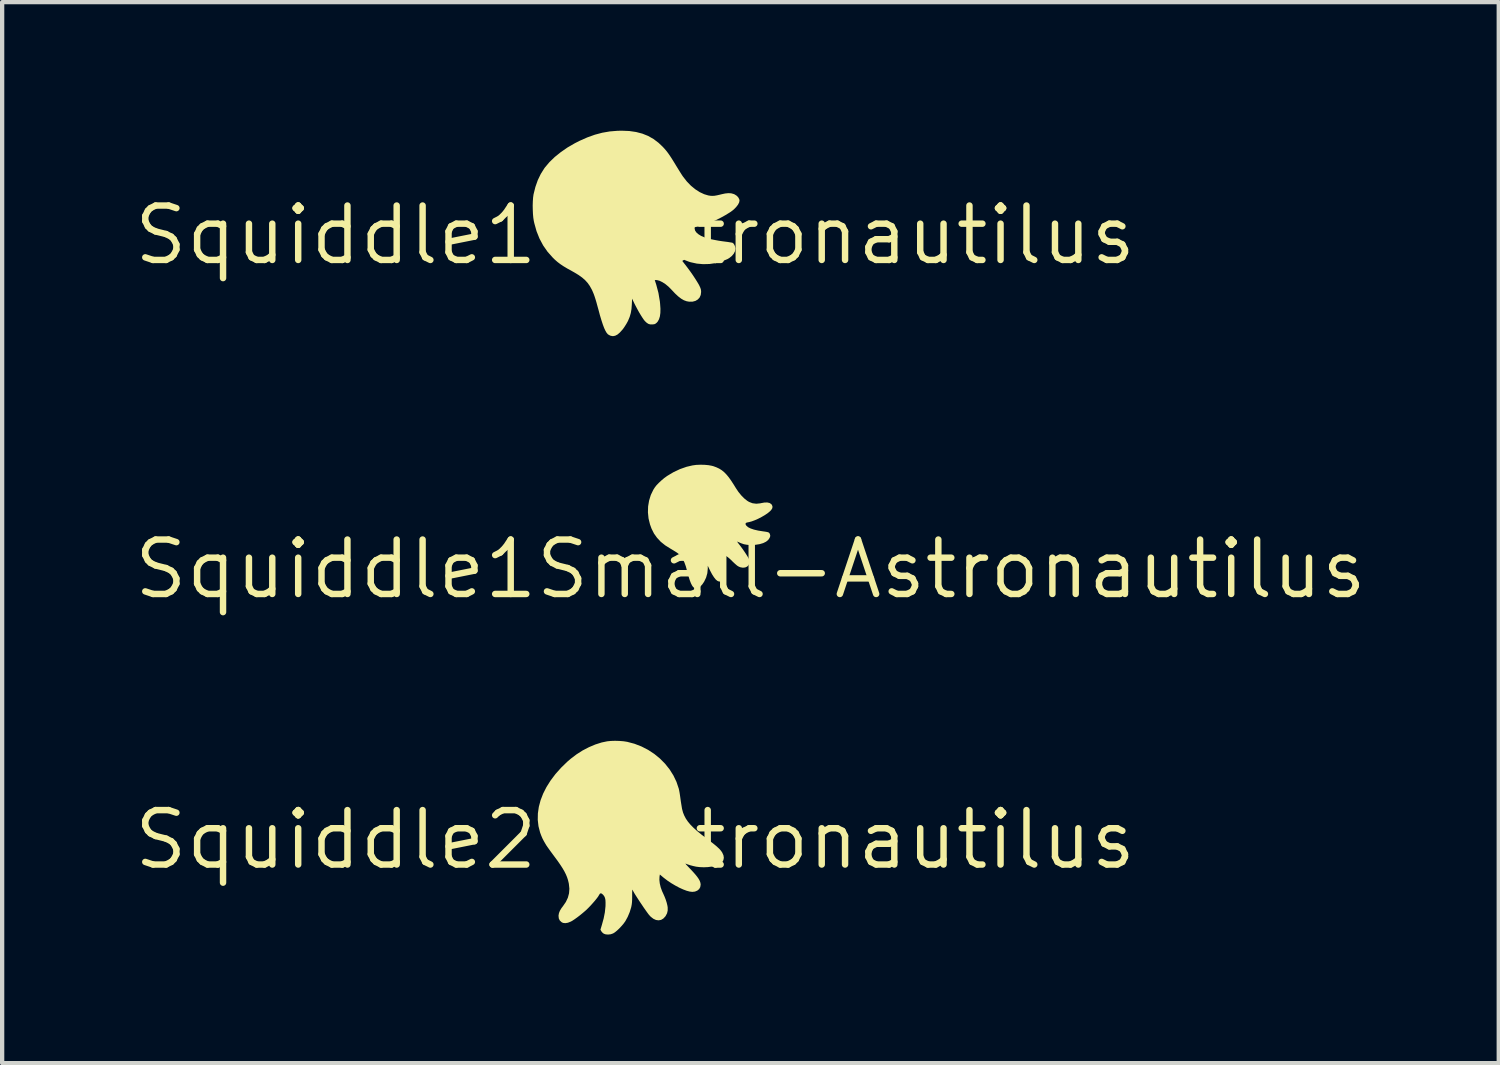
<source format=kicad_pcb>
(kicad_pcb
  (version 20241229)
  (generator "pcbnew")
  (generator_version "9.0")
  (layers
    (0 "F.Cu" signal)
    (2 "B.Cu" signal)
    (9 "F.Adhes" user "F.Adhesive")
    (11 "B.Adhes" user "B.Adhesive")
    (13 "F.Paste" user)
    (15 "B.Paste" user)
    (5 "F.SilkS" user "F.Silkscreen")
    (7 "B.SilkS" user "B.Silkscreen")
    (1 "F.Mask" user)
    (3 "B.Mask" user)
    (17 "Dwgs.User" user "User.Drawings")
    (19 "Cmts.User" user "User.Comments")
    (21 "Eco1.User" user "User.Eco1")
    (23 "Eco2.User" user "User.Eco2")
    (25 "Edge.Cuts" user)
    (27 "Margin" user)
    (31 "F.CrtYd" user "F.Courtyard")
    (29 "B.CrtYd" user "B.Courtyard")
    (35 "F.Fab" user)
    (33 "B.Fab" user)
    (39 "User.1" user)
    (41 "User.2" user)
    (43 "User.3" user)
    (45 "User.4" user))
  (footprint "Squiddle1-Astronautilus"
    (layer "F.Cu")
    (at 11.77 2.436)
    (property "Reference" "Squiddle1-Astronautilus" (at 0 0 0) (layer "F.SilkS") (effects (font (size 1.27 1.27) (thickness 0.15))))
    (attr board_only exclude_from_pos_files exclude_from_bom)
    (fp_poly (pts (xy -0.136 -2.429) (xy 0.022 -2.406) (xy 0.168 -2.368) (xy 0.303 -2.314) (xy 0.428 -2.243) (xy 0.546 -2.154) (xy 0.643 -2.062) (xy 0.683 -2.019) (xy 0.721 -1.975) (xy 0.757 -1.929) (xy 0.795 -1.876) (xy 0.836 -1.815) (xy 0.883 -1.741) (xy 0.937 -1.653) (xy 0.953 -1.626) (xy 0.992 -1.563) (xy 1.03 -1.501) (xy 1.066 -1.444) (xy 1.096 -1.397) (xy 1.119 -1.363) (xy 1.121 -1.361) (xy 1.207 -1.251) (xy 1.302 -1.153) (xy 1.403 -1.07) (xy 1.507 -1.003) (xy 1.612 -0.954) (xy 1.706 -0.926) (xy 1.755 -0.918) (xy 1.802 -0.915) (xy 1.852 -0.918) (xy 1.91 -0.928) (xy 1.98 -0.944) (xy 2.007 -0.951) (xy 2.099 -0.971) (xy 2.176 -0.979) (xy 2.243 -0.975) (xy 2.303 -0.958) (xy 2.323 -0.949) (xy 2.37 -0.919) (xy 2.407 -0.88) (xy 2.43 -0.837) (xy 2.436 -0.804) (xy 2.426 -0.759) (xy 2.399 -0.708) (xy 2.357 -0.654) (xy 2.303 -0.599) (xy 2.238 -0.548) (xy 2.203 -0.525) (xy 2.105 -0.465) (xy 2.002 -0.408) (xy 1.895 -0.354) (xy 1.79 -0.306) (xy 1.689 -0.264) (xy 1.596 -0.231) (xy 1.513 -0.207) (xy 1.446 -0.195) (xy 1.413 -0.19) (xy 1.395 -0.184) (xy 1.389 -0.173) (xy 1.388 -0.157) (xy 1.398 -0.109) (xy 1.428 -0.063) (xy 1.477 -0.02) (xy 1.542 0.02) (xy 1.624 0.055) (xy 1.658 0.067) (xy 1.711 0.082) (xy 1.781 0.098) (xy 1.861 0.114) (xy 1.946 0.13) (xy 2.032 0.143) (xy 2.108 0.153) (xy 2.163 0.16) (xy 2.211 0.168) (xy 2.249 0.174) (xy 2.272 0.179) (xy 2.274 0.18) (xy 2.298 0.199) (xy 2.319 0.233) (xy 2.334 0.273) (xy 2.341 0.315) (xy 2.341 0.318) (xy 2.331 0.376) (xy 2.302 0.433) (xy 2.257 0.487) (xy 2.197 0.535) (xy 2.154 0.56) (xy 2.023 0.614) (xy 1.882 0.653) (xy 1.736 0.674) (xy 1.587 0.678) (xy 1.441 0.665) (xy 1.299 0.634) (xy 1.257 0.621) (xy 1.207 0.602) (xy 1.154 0.581) (xy 1.11 0.56) (xy 1.11 0.56) (xy 1.086 0.548) (xy 1.069 0.54) (xy 1.059 0.537) (xy 1.058 0.542) (xy 1.066 0.557) (xy 1.084 0.582) (xy 1.113 0.619) (xy 1.154 0.672) (xy 1.176 0.699) (xy 1.233 0.775) (xy 1.292 0.855) (xy 1.349 0.937) (xy 1.401 1.016) (xy 1.447 1.089) (xy 1.484 1.151) (xy 1.501 1.184) (xy 1.522 1.23) (xy 1.534 1.267) (xy 1.539 1.303) (xy 1.54 1.327) (xy 1.531 1.397) (xy 1.505 1.456) (xy 1.463 1.502) (xy 1.408 1.535) (xy 1.34 1.553) (xy 1.263 1.554) (xy 1.201 1.543) (xy 1.138 1.52) (xy 1.074 1.483) (xy 1.005 1.43) (xy 0.932 1.362) (xy 0.85 1.275) (xy 0.849 1.274) (xy 0.78 1.204) (xy 0.709 1.145) (xy 0.638 1.099) (xy 0.571 1.066) (xy 0.511 1.05) (xy 0.488 1.049) (xy 0.458 1.049) (xy 0.493 1.157) (xy 0.544 1.349) (xy 0.578 1.551) (xy 0.583 1.605) (xy 0.591 1.719) (xy 0.589 1.816) (xy 0.578 1.897) (xy 0.557 1.964) (xy 0.527 2.018) (xy 0.503 2.045) (xy 0.477 2.066) (xy 0.452 2.078) (xy 0.417 2.083) (xy 0.404 2.084) (xy 0.354 2.084) (xy 0.313 2.073) (xy 0.273 2.048) (xy 0.232 2.01) (xy 0.205 1.978) (xy 0.172 1.93) (xy 0.134 1.87) (xy 0.093 1.802) (xy 0.052 1.728) (xy 0.012 1.653) (xy -0.016 1.598) (xy -0.071 1.483) (xy -0.077 1.618) (xy -0.085 1.725) (xy -0.101 1.819) (xy -0.127 1.908) (xy -0.164 1.997) (xy -0.175 2.019) (xy -0.204 2.071) (xy -0.241 2.13) (xy -0.279 2.185) (xy -0.294 2.204) (xy -0.355 2.272) (xy -0.411 2.32) (xy -0.465 2.348) (xy -0.518 2.358) (xy -0.57 2.349) (xy -0.575 2.347) (xy -0.607 2.332) (xy -0.634 2.315) (xy -0.637 2.313) (xy -0.665 2.28) (xy -0.693 2.232) (xy -0.723 2.168) (xy -0.754 2.085) (xy -0.787 1.984) (xy -0.823 1.864) (xy -0.851 1.758) (xy -0.88 1.653) (xy -0.904 1.565) (xy -0.926 1.492) (xy -0.946 1.43) (xy -0.965 1.377) (xy -0.985 1.329) (xy -1.005 1.283) (xy -1.014 1.266) (xy -1.058 1.187) (xy -1.108 1.116) (xy -1.167 1.051) (xy -1.237 0.99) (xy -1.321 0.93) (xy -1.422 0.869) (xy -1.479 0.837) (xy -1.582 0.78) (xy -1.669 0.728) (xy -1.744 0.678) (xy -1.81 0.628) (xy -1.871 0.575) (xy -1.922 0.525) (xy -2.043 0.389) (xy -2.146 0.241) (xy -2.232 0.08) (xy -2.301 -0.093) (xy -2.353 -0.28) (xy -2.364 -0.33) (xy -2.376 -0.405) (xy -2.384 -0.494) (xy -2.388 -0.591) (xy -2.39 -0.69) (xy -2.387 -0.786) (xy -2.381 -0.874) (xy -2.371 -0.947) (xy -2.369 -0.956) (xy -2.327 -1.124) (xy -2.271 -1.283) (xy -2.201 -1.428) (xy -2.119 -1.558) (xy -2.104 -1.579) (xy -1.999 -1.703) (xy -1.875 -1.823) (xy -1.733 -1.937) (xy -1.577 -2.045) (xy -1.406 -2.144) (xy -1.298 -2.199) (xy -1.115 -2.28) (xy -0.939 -2.343) (xy -0.766 -2.389) (xy -0.592 -2.419) (xy -0.413 -2.434) (xy -0.309 -2.436)) (stroke (width 0) (type solid)) (fill yes) (layer "F.SilkS")))
  (footprint "Squiddle1Small-Astronautilus"
    (layer "F.Cu")
    (at 14.461 10.23)
    (property "Reference" "Squiddle1Small-Astronautilus" (at 0 0 0) (layer "F.SilkS") (effects (font (size 1.27 1.27) (thickness 0.15))))
    (attr board_only exclude_from_pos_files exclude_from_bom)
    (fp_poly (pts (xy -1.073 -2.434) (xy -0.981 -2.426) (xy -0.9 -2.411) (xy -0.863 -2.401) (xy -0.793 -2.375) (xy -0.729 -2.345) (xy -0.671 -2.309) (xy -0.616 -2.265) (xy -0.562 -2.21) (xy -0.507 -2.144) (xy -0.45 -2.064) (xy -0.387 -1.967) (xy -0.339 -1.889) (xy -0.28 -1.801) (xy -0.214 -1.72) (xy -0.145 -1.65) (xy -0.076 -1.595) (xy -0.032 -1.568) (xy 0.049 -1.537) (xy 0.137 -1.526) (xy 0.227 -1.535) (xy 0.25 -1.54) (xy 0.327 -1.554) (xy 0.393 -1.555) (xy 0.447 -1.543) (xy 0.486 -1.517) (xy 0.503 -1.494) (xy 0.515 -1.457) (xy 0.51 -1.422) (xy 0.487 -1.384) (xy 0.457 -1.351) (xy 0.407 -1.309) (xy 0.341 -1.264) (xy 0.266 -1.22) (xy 0.186 -1.178) (xy 0.105 -1.142) (xy 0.03 -1.114) (xy -0.037 -1.096) (xy -0.058 -1.093) (xy -0.096 -1.083) (xy -0.114 -1.066) (xy -0.113 -1.042) (xy -0.095 -1.013) (xy -0.056 -0.979) (xy 0.003 -0.949) (xy 0.082 -0.922) (xy 0.182 -0.899) (xy 0.303 -0.88) (xy 0.312 -0.879) (xy 0.366 -0.871) (xy 0.403 -0.863) (xy 0.427 -0.854) (xy 0.442 -0.84) (xy 0.452 -0.821) (xy 0.455 -0.811) (xy 0.462 -0.784) (xy 0.459 -0.759) (xy 0.446 -0.727) (xy 0.414 -0.68) (xy 0.364 -0.64) (xy 0.297 -0.607) (xy 0.215 -0.583) (xy 0.12 -0.568) (xy 0.064 -0.564) (xy -0.018 -0.563) (xy -0.087 -0.569) (xy -0.152 -0.581) (xy -0.219 -0.604) (xy -0.295 -0.637) (xy -0.311 -0.644) (xy -0.309 -0.639) (xy -0.296 -0.62) (xy -0.274 -0.59) (xy -0.254 -0.565) (xy -0.217 -0.516) (xy -0.176 -0.46) (xy -0.137 -0.403) (xy -0.1 -0.347) (xy -0.069 -0.297) (xy -0.046 -0.258) (xy -0.036 -0.238) (xy -0.022 -0.182) (xy -0.026 -0.132) (xy -0.045 -0.091) (xy -0.078 -0.059) (xy -0.122 -0.039) (xy -0.175 -0.033) (xy -0.233 -0.043) (xy -0.27 -0.057) (xy -0.31 -0.081) (xy -0.359 -0.123) (xy -0.419 -0.179) (xy -0.423 -0.184) (xy -0.481 -0.24) (xy -0.53 -0.281) (xy -0.573 -0.309) (xy -0.614 -0.327) (xy -0.643 -0.335) (xy -0.676 -0.341) (xy -0.651 -0.26) (xy -0.629 -0.182) (xy -0.612 -0.101) (xy -0.601 -0.02) (xy -0.595 0.056) (xy -0.595 0.123) (xy -0.601 0.176) (xy -0.605 0.192) (xy -0.626 0.233) (xy -0.656 0.267) (xy -0.689 0.287) (xy -0.697 0.289) (xy -0.735 0.289) (xy -0.773 0.273) (xy -0.812 0.24) (xy -0.852 0.189) (xy -0.896 0.12) (xy -0.943 0.031) (xy -0.958 0.000299) (xy -0.996 -0.079) (xy -0.996 -0.01) (xy -1.006 0.095) (xy -1.035 0.198) (xy -1.081 0.294) (xy -1.124 0.357) (xy -1.171 0.408) (xy -1.215 0.439) (xy -1.256 0.451) (xy -1.297 0.445) (xy -1.309 0.439) (xy -1.337 0.418) (xy -1.363 0.381) (xy -1.39 0.327) (xy -1.417 0.256) (xy -1.445 0.166) (xy -1.475 0.056) (xy -1.478 0.044) (xy -1.508 -0.065) (xy -1.541 -0.156) (xy -1.577 -0.231) (xy -1.618 -0.293) (xy -1.665 -0.345) (xy -1.676 -0.355) (xy -1.703 -0.376) (xy -1.743 -0.403) (xy -1.793 -0.434) (xy -1.846 -0.466) (xy -1.865 -0.477) (xy -1.988 -0.554) (xy -2.093 -0.638) (xy -2.179 -0.73) (xy -2.251 -0.831) (xy -2.308 -0.945) (xy -2.344 -1.044) (xy -2.378 -1.183) (xy -2.392 -1.324) (xy -2.388 -1.464) (xy -2.365 -1.6) (xy -2.325 -1.73) (xy -2.266 -1.852) (xy -2.231 -1.907) (xy -2.193 -1.956) (xy -2.14 -2.011) (xy -2.079 -2.068) (xy -2.014 -2.123) (xy -1.949 -2.17) (xy -1.946 -2.173) (xy -1.798 -2.261) (xy -1.644 -2.334) (xy -1.49 -2.388) (xy -1.353 -2.42) (xy -1.265 -2.432) (xy -1.169 -2.436)) (stroke (width 0) (type solid)) (fill yes) (layer "F.SilkS")))
  (footprint "Squiddle2-Astronautilus"
    (layer "F.Cu")
    (at 11.77 16.543)
    (property "Reference" "Squiddle2-Astronautilus" (at 0 0 0) (layer "F.SilkS") (effects (font (size 1.27 1.27) (thickness 0.15))))
    (attr board_only exclude_from_pos_files exclude_from_bom)
    (fp_poly (pts (xy -0.366 -2.304) (xy -0.268 -2.296) (xy -0.185 -2.283) (xy -0.015 -2.238) (xy 0.148 -2.175) (xy 0.302 -2.096) (xy 0.447 -2.001) (xy 0.579 -1.893) (xy 0.699 -1.772) (xy 0.804 -1.64) (xy 0.893 -1.499) (xy 0.965 -1.349) (xy 1.018 -1.191) (xy 1.021 -1.179) (xy 1.028 -1.147) (xy 1.037 -1.099) (xy 1.046 -1.041) (xy 1.055 -0.978) (xy 1.059 -0.948) (xy 1.068 -0.884) (xy 1.078 -0.822) (xy 1.087 -0.767) (xy 1.094 -0.724) (xy 1.097 -0.711) (xy 1.118 -0.633) (xy 1.147 -0.561) (xy 1.184 -0.491) (xy 1.231 -0.422) (xy 1.289 -0.352) (xy 1.361 -0.279) (xy 1.446 -0.202) (xy 1.548 -0.119) (xy 1.663 -0.031) (xy 1.751 0.036) (xy 1.824 0.092) (xy 1.883 0.14) (xy 1.93 0.182) (xy 1.968 0.218) (xy 1.997 0.251) (xy 2.021 0.283) (xy 2.033 0.302) (xy 2.061 0.364) (xy 2.07 0.423) (xy 2.06 0.477) (xy 2.04 0.514) (xy 2 0.551) (xy 1.943 0.582) (xy 1.871 0.608) (xy 1.788 0.628) (xy 1.698 0.64) (xy 1.603 0.644) (xy 1.507 0.64) (xy 1.424 0.63) (xy 1.356 0.615) (xy 1.284 0.596) (xy 1.217 0.574) (xy 1.175 0.557) (xy 1.176 0.562) (xy 1.189 0.579) (xy 1.214 0.606) (xy 1.247 0.641) (xy 1.264 0.659) (xy 1.339 0.738) (xy 1.4 0.806) (xy 1.447 0.864) (xy 1.482 0.914) (xy 1.506 0.957) (xy 1.521 0.997) (xy 1.528 1.035) (xy 1.529 1.049) (xy 1.52 1.106) (xy 1.494 1.153) (xy 1.452 1.188) (xy 1.397 1.211) (xy 1.334 1.218) (xy 1.274 1.211) (xy 1.202 1.192) (xy 1.12 1.161) (xy 1.032 1.121) (xy 0.94 1.072) (xy 0.847 1.017) (xy 0.757 0.957) (xy 0.673 0.893) (xy 0.652 0.876) (xy 0.577 0.813) (xy 0.569 0.865) (xy 0.566 0.937) (xy 0.575 1.02) (xy 0.596 1.109) (xy 0.628 1.199) (xy 0.654 1.255) (xy 0.685 1.324) (xy 0.714 1.398) (xy 0.737 1.471) (xy 0.753 1.537) (xy 0.76 1.58) (xy 0.76 1.654) (xy 0.745 1.718) (xy 0.714 1.777) (xy 0.705 1.791) (xy 0.658 1.841) (xy 0.605 1.872) (xy 0.547 1.882) (xy 0.487 1.874) (xy 0.426 1.846) (xy 0.364 1.798) (xy 0.334 1.766) (xy 0.312 1.74) (xy 0.282 1.699) (xy 0.244 1.646) (xy 0.202 1.586) (xy 0.158 1.52) (xy 0.113 1.454) (xy 0.07 1.388) (xy 0.031 1.328) (xy -0.002 1.276) (xy -0.026 1.236) (xy -0.027 1.233) (xy -0.046 1.2) (xy -0.06 1.176) (xy -0.067 1.165) (xy -0.067 1.165) (xy -0.068 1.175) (xy -0.068 1.203) (xy -0.069 1.244) (xy -0.069 1.296) (xy -0.069 1.327) (xy -0.07 1.4) (xy -0.073 1.458) (xy -0.078 1.506) (xy -0.086 1.55) (xy -0.092 1.578) (xy -0.127 1.692) (xy -0.173 1.801) (xy -0.227 1.9) (xy -0.238 1.916) (xy -0.275 1.967) (xy -0.322 2.021) (xy -0.372 2.074) (xy -0.423 2.122) (xy -0.471 2.161) (xy -0.511 2.186) (xy -0.512 2.187) (xy -0.569 2.207) (xy -0.631 2.214) (xy -0.689 2.209) (xy -0.731 2.194) (xy -0.761 2.171) (xy -0.786 2.141) (xy -0.789 2.137) (xy -0.809 2.1) (xy -0.776 1.99) (xy -0.734 1.837) (xy -0.706 1.695) (xy -0.692 1.56) (xy -0.691 1.544) (xy -0.69 1.467) (xy -0.693 1.406) (xy -0.703 1.359) (xy -0.72 1.321) (xy -0.745 1.288) (xy -0.747 1.286) (xy -0.778 1.259) (xy -0.803 1.251) (xy -0.824 1.263) (xy -0.844 1.296) (xy -0.845 1.297) (xy -0.864 1.329) (xy -0.897 1.373) (xy -0.938 1.424) (xy -0.987 1.48) (xy -1.038 1.537) (xy -1.091 1.592) (xy -1.141 1.641) (xy -1.151 1.65) (xy -1.216 1.706) (xy -1.284 1.762) (xy -1.352 1.814) (xy -1.415 1.859) (xy -1.47 1.895) (xy -1.502 1.912) (xy -1.568 1.938) (xy -1.629 1.948) (xy -1.682 1.942) (xy -1.715 1.926) (xy -1.758 1.886) (xy -1.781 1.838) (xy -1.787 1.779) (xy -1.787 1.768) (xy -1.777 1.713) (xy -1.755 1.658) (xy -1.719 1.598) (xy -1.684 1.552) (xy -1.616 1.453) (xy -1.569 1.353) (xy -1.542 1.251) (xy -1.534 1.144) (xy -1.546 1.031) (xy -1.551 1.006) (xy -1.567 0.94) (xy -1.588 0.876) (xy -1.615 0.811) (xy -1.649 0.743) (xy -1.691 0.67) (xy -1.744 0.588) (xy -1.807 0.497) (xy -1.884 0.393) (xy -1.912 0.355) (xy -1.982 0.26) (xy -2.041 0.177) (xy -2.089 0.104) (xy -2.128 0.037) (xy -2.161 -0.026) (xy -2.188 -0.089) (xy -2.213 -0.155) (xy -2.218 -0.17) (xy -2.255 -0.314) (xy -2.272 -0.462) (xy -2.269 -0.613) (xy -2.247 -0.766) (xy -2.206 -0.92) (xy -2.146 -1.075) (xy -2.068 -1.229) (xy -1.972 -1.381) (xy -1.859 -1.531) (xy -1.729 -1.677) (xy -1.583 -1.819) (xy -1.5 -1.89) (xy -1.367 -1.991) (xy -1.226 -2.081) (xy -1.078 -2.158) (xy -0.929 -2.221) (xy -0.781 -2.268) (xy -0.652 -2.295) (xy -0.566 -2.304) (xy -0.468 -2.307)) (stroke (width 0) (type solid)) (fill yes) (layer "F.SilkS")))
  (gr_rect
    (start -3 -3)
    (end 31.922 21.757)
    (stroke (width 0.1) (type default))
    (fill no)
    (layer "Edge.Cuts")))
</source>
